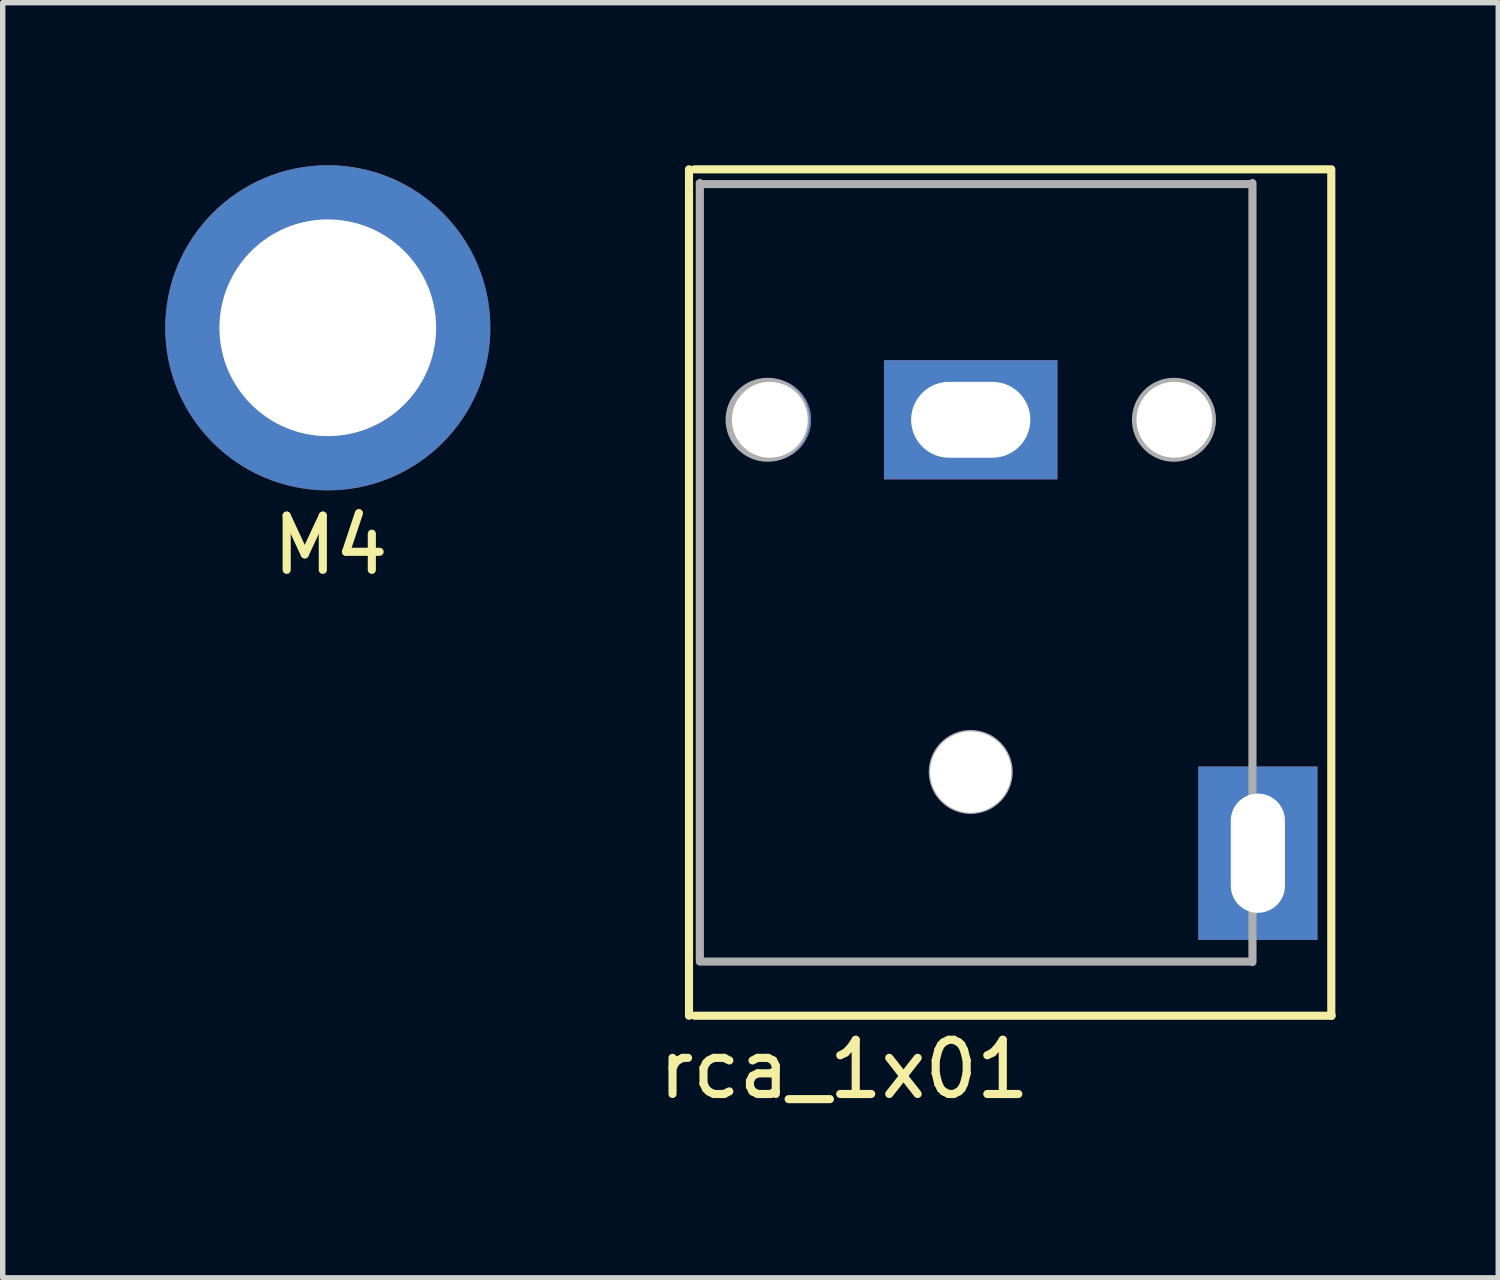
<source format=kicad_pcb>
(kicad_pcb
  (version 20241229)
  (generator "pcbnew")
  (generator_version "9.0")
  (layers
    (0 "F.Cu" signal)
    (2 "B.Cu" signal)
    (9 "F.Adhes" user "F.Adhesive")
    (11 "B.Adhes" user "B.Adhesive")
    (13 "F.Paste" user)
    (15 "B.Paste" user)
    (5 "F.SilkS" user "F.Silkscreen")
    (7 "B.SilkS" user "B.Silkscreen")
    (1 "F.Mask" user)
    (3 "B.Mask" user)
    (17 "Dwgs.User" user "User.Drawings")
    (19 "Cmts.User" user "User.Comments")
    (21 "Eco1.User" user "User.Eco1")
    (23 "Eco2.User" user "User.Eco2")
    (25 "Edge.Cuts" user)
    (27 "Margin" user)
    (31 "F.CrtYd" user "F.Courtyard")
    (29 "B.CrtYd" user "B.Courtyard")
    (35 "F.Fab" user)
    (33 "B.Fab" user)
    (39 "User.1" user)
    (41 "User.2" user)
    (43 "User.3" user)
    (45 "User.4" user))
  (footprint "rca_1x01"
    (layer "F.Cu")
    (at 14.867 4.698)
    (property "Reference" "rca_1x01" (at -2.337 11.989 0) (layer "F.SilkS") (effects (font (size 1 1) (thickness 0.15))))
    (attr through_hole)
    (fp_line (start -5.2 11) (end -5.2 -4.623) (stroke (width 0.15) (type solid)) (layer "F.SilkS"))
    (fp_line (start -5.1 -4.623) (end 6.6 -4.623) (stroke (width 0.15) (type solid)) (layer "F.SilkS"))
    (fp_line (start 6.655 -4.623) (end 6.655 11) (stroke (width 0.15) (type solid)) (layer "F.SilkS"))
    (fp_line (start 6.662 11) (end -5.1 11) (stroke (width 0.15) (type solid)) (layer "F.SilkS"))
    (fp_line (start -5 -4.369) (end -5 9.957) (stroke (width 0.15) (type solid)) (layer "F.Fab"))
    (fp_line (start -5 -4.35) (end 5.15 -4.35) (stroke (width 0.15) (type solid)) (layer "F.Fab"))
    (fp_line (start -5 10) (end 5.15 10) (stroke (width 0.15) (type solid)) (layer "F.Fab"))
    (fp_line (start 5.2 -4.369) (end 5.2 10.008) (stroke (width 0.15) (type solid)) (layer "F.Fab"))
    (fp_circle (center -3.75 0) (end -3.05 0) (stroke (width 0.15) (type solid)) (fill no) (layer "F.Fab"))
    (fp_circle (center 0 6.5) (end 0.7 6.5) (stroke (width 0.15) (type solid)) (fill no) (layer "F.Fab"))
    (fp_circle (center 3.75 0) (end 4.45 0) (stroke (width 0.15) (type solid)) (fill no) (layer "F.Fab"))
    (pad "" np_thru_hole circle (at -3.708 0) (size 1.524 1.524) (drill 1.4) (layers "*.Cu" "*.Mask"))
    (pad "" np_thru_hole circle (at 0 6.502) (size 1.524 1.524) (drill 1.5) (layers "*.Cu" "*.Mask"))
    (pad "" np_thru_hole circle (at 3.759 0) (size 1.524 1.524) (drill 1.4) (layers "*.Cu" "*.Mask"))
    (pad "1" thru_hole rect (at 0 0) (size 3.2 2.2) (drill oval 2.2 1.4) (layers "*.Cu" "*.Mask"))
    (pad "2" thru_hole rect (at 5.3 8 90) (size 3.2 2.2) (drill oval 2.2 1) (layers "*.Cu" "*.Mask")))
  (footprint "M4"
    (layer "F.Cu")
    (at 3 3)
    (property "Reference" "M4" (at 0.051 4.013 0) (layer "F.SilkS") (effects (font (size 1 1) (thickness 0.15))))
    (attr through_hole)
    (pad "" np_thru_hole circle (at 0 0) (size 6 6) (drill 4) (layers "*.Cu" "*.Mask")))
  (gr_rect
    (start -3 -3)
    (end 24.604 20.535)
    (stroke (width 0.1) (type default))
    (fill no)
    (layer "Edge.Cuts")))
</source>
